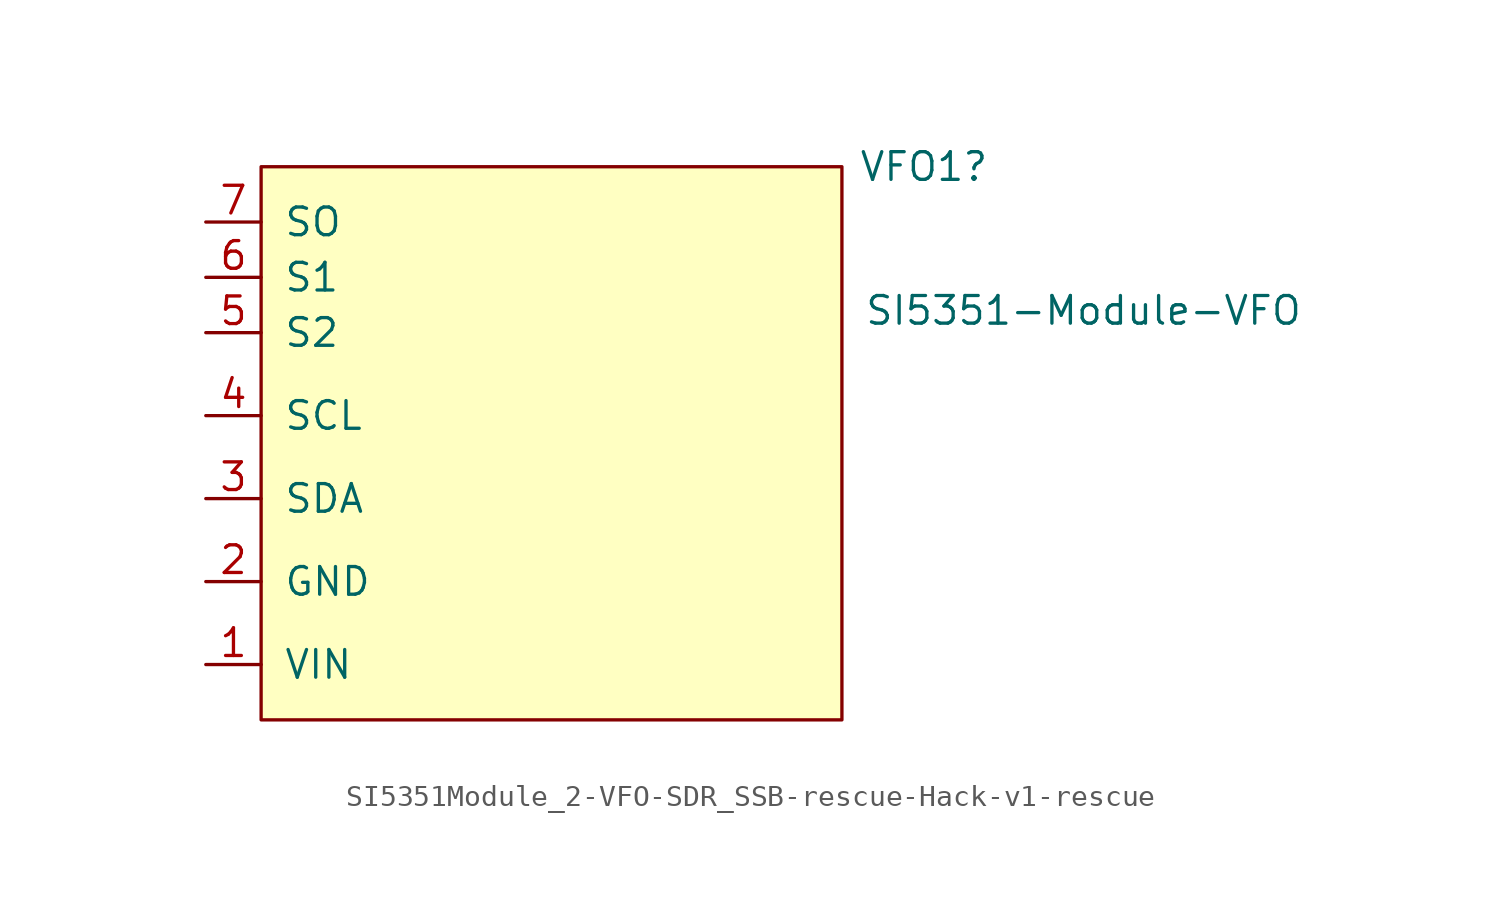
<source format=kicad_sym>
(kicad_symbol_lib
  (version 20211014)
  (generator kicad_symbol_editor)
  (symbol "SI5351Module_2-VFO-SDR_SSB-rescue-Hack-v1-rescue"
    (pin_names
      (offset 1.016))
    (property "Reference" "VFO1"
      (at 14.732 12.7 0)
      (effects (font (size 1.27 1.27)) (justify left)))
    (property "Value" "SI5351-Module-VFO"
      (at 14.986 6.096 0)
      (effects (font (size 1.27 1.27)) (justify left)))
    (symbol "SI5351Module_2-VFO-SDR_SSB-rescue-Hack-v1-rescue_0_1"
      (rectangle (start -12.7 12.7) (end 13.97 -12.7) (stroke (width 0) (type default) (color 0 0 0 0)) (fill (type background))))
    (symbol "SI5351Module_2-VFO-SDR_SSB-rescue-Hack-v1-rescue_1_1"
      (pin input line (at -15.24 -10.16 0) (length 2.54) (name "VIN" (effects (font (size 1.27 1.27)))) (number "1" (effects (font (size 1.27 1.27)))))
      (pin input line (at -15.24 -6.35 0) (length 2.54) (name "GND" (effects (font (size 1.27 1.27)))) (number "2" (effects (font (size 1.27 1.27)))))
      (pin input line (at -15.24 -2.54 0) (length 2.54) (name "SDA" (effects (font (size 1.27 1.27)))) (number "3" (effects (font (size 1.27 1.27)))))
      (pin input line (at -15.24 1.27 0) (length 2.54) (name "SCL" (effects (font (size 1.27 1.27)))) (number "4" (effects (font (size 1.27 1.27)))))
      (pin output line (at -15.24 5.08 0) (length 2.54) (name "S2" (effects (font (size 1.27 1.27)))) (number "5" (effects (font (size 1.27 1.27)))))
      (pin output line (at -15.24 7.62 0) (length 2.54) (name "S1" (effects (font (size 1.27 1.27)))) (number "6" (effects (font (size 1.27 1.27)))))
      (pin output line (at -15.24 10.16 0) (length 2.54) (name "SO" (effects (font (size 1.27 1.27)))) (number "7" (effects (font (size 1.27 1.27))))))))
</source>
